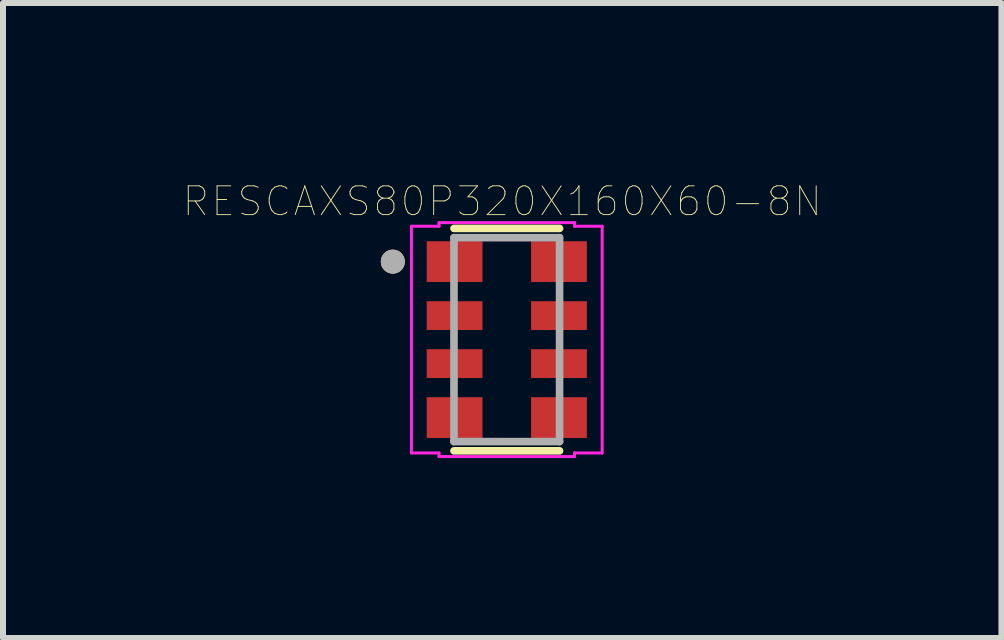
<source format=kicad_pcb>
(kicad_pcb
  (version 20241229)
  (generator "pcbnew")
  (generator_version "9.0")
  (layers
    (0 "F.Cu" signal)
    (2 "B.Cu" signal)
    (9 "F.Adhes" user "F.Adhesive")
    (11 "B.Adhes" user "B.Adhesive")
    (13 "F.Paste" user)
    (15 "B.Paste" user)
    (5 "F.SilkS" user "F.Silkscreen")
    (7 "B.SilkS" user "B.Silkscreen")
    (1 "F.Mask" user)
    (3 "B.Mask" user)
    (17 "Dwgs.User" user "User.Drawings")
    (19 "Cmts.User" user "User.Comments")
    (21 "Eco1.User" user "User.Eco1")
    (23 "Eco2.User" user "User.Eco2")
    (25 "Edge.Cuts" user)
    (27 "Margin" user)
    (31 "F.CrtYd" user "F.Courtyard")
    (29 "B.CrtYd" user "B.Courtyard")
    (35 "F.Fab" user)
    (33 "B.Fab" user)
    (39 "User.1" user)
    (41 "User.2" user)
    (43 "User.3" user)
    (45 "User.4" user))
  (footprint "RESCAXS80P320X160X60-8N"
    (layer "F.Cu")
    (at 5.399 2.612)
    (property "Reference" "RESCAXS80P320X160X60-8N" (at -0.076 -2.305 0) (layer "F.SilkS") (effects (font (size 0.48 0.48) (thickness 0.015))))
    (attr through_hole)
    (fp_line (start -0.88 -1.854) (end 0.88 -1.854) (stroke (width 0.127) (type solid)) (layer "F.SilkS"))
    (fp_line (start -0.88 1.854) (end 0.88 1.854) (stroke (width 0.127) (type solid)) (layer "F.SilkS"))
    (fp_circle (center -1.9 -1.3) (end -1.8 -1.3) (stroke (width 0.2) (type solid)) (fill no) (layer "F.SilkS"))
    (fp_line (start -1.59 -1.89) (end -1.13 -1.89) (stroke (width 0.05) (type solid)) (layer "F.CrtYd"))
    (fp_line (start -1.59 1.89) (end -1.59 -1.89) (stroke (width 0.05) (type solid)) (layer "F.CrtYd"))
    (fp_line (start -1.13 -1.95) (end 1.13 -1.95) (stroke (width 0.05) (type solid)) (layer "F.CrtYd"))
    (fp_line (start -1.13 -1.89) (end -1.13 -1.95) (stroke (width 0.05) (type solid)) (layer "F.CrtYd"))
    (fp_line (start -1.13 1.89) (end -1.59 1.89) (stroke (width 0.05) (type solid)) (layer "F.CrtYd"))
    (fp_line (start -1.13 1.95) (end -1.13 1.89) (stroke (width 0.05) (type solid)) (layer "F.CrtYd"))
    (fp_line (start 1.13 -1.95) (end 1.13 -1.89) (stroke (width 0.05) (type solid)) (layer "F.CrtYd"))
    (fp_line (start 1.13 -1.89) (end 1.59 -1.89) (stroke (width 0.05) (type solid)) (layer "F.CrtYd"))
    (fp_line (start 1.13 1.89) (end 1.13 1.95) (stroke (width 0.05) (type solid)) (layer "F.CrtYd"))
    (fp_line (start 1.13 1.95) (end -1.13 1.95) (stroke (width 0.05) (type solid)) (layer "F.CrtYd"))
    (fp_line (start 1.59 -1.89) (end 1.59 1.89) (stroke (width 0.05) (type solid)) (layer "F.CrtYd"))
    (fp_line (start 1.59 1.89) (end 1.13 1.89) (stroke (width 0.05) (type solid)) (layer "F.CrtYd"))
    (fp_line (start -0.88 -1.7) (end 0.88 -1.7) (stroke (width 0.127) (type solid)) (layer "F.Fab"))
    (fp_line (start -0.88 1.7) (end -0.88 -1.7) (stroke (width 0.127) (type solid)) (layer "F.Fab"))
    (fp_line (start 0.88 -1.7) (end 0.88 1.7) (stroke (width 0.127) (type solid)) (layer "F.Fab"))
    (fp_line (start 0.88 1.7) (end -0.88 1.7) (stroke (width 0.127) (type solid)) (layer "F.Fab"))
    (fp_circle (center -1.9 -1.3) (end -1.8 -1.3) (stroke (width 0.2) (type solid)) (fill no) (layer "F.Fab"))
    (pad "1" smd rect (at -0.87 -1.3) (size 0.93 0.68) (layers "F.Cu" "F.Mask" "F.Paste"))
    (pad "2" smd rect (at -0.87 -0.4) (size 0.93 0.48) (layers "F.Cu" "F.Mask" "F.Paste"))
    (pad "3" smd rect (at -0.87 0.4) (size 0.93 0.48) (layers "F.Cu" "F.Mask" "F.Paste"))
    (pad "4" smd rect (at -0.87 1.3) (size 0.93 0.68) (layers "F.Cu" "F.Mask" "F.Paste"))
    (pad "5" smd rect (at 0.87 1.3) (size 0.93 0.68) (layers "F.Cu" "F.Mask" "F.Paste"))
    (pad "6" smd rect (at 0.87 0.4) (size 0.93 0.48) (layers "F.Cu" "F.Mask" "F.Paste"))
    (pad "7" smd rect (at 0.87 -0.4) (size 0.93 0.48) (layers "F.Cu" "F.Mask" "F.Paste"))
    (pad "8" smd rect (at 0.87 -1.3) (size 0.93 0.68) (layers "F.Cu" "F.Mask" "F.Paste")))
  (gr_rect
    (start -3 -3)
    (end 13.646 7.587)
    (stroke (width 0.1) (type default))
    (fill no)
    (layer "Edge.Cuts")))
</source>
